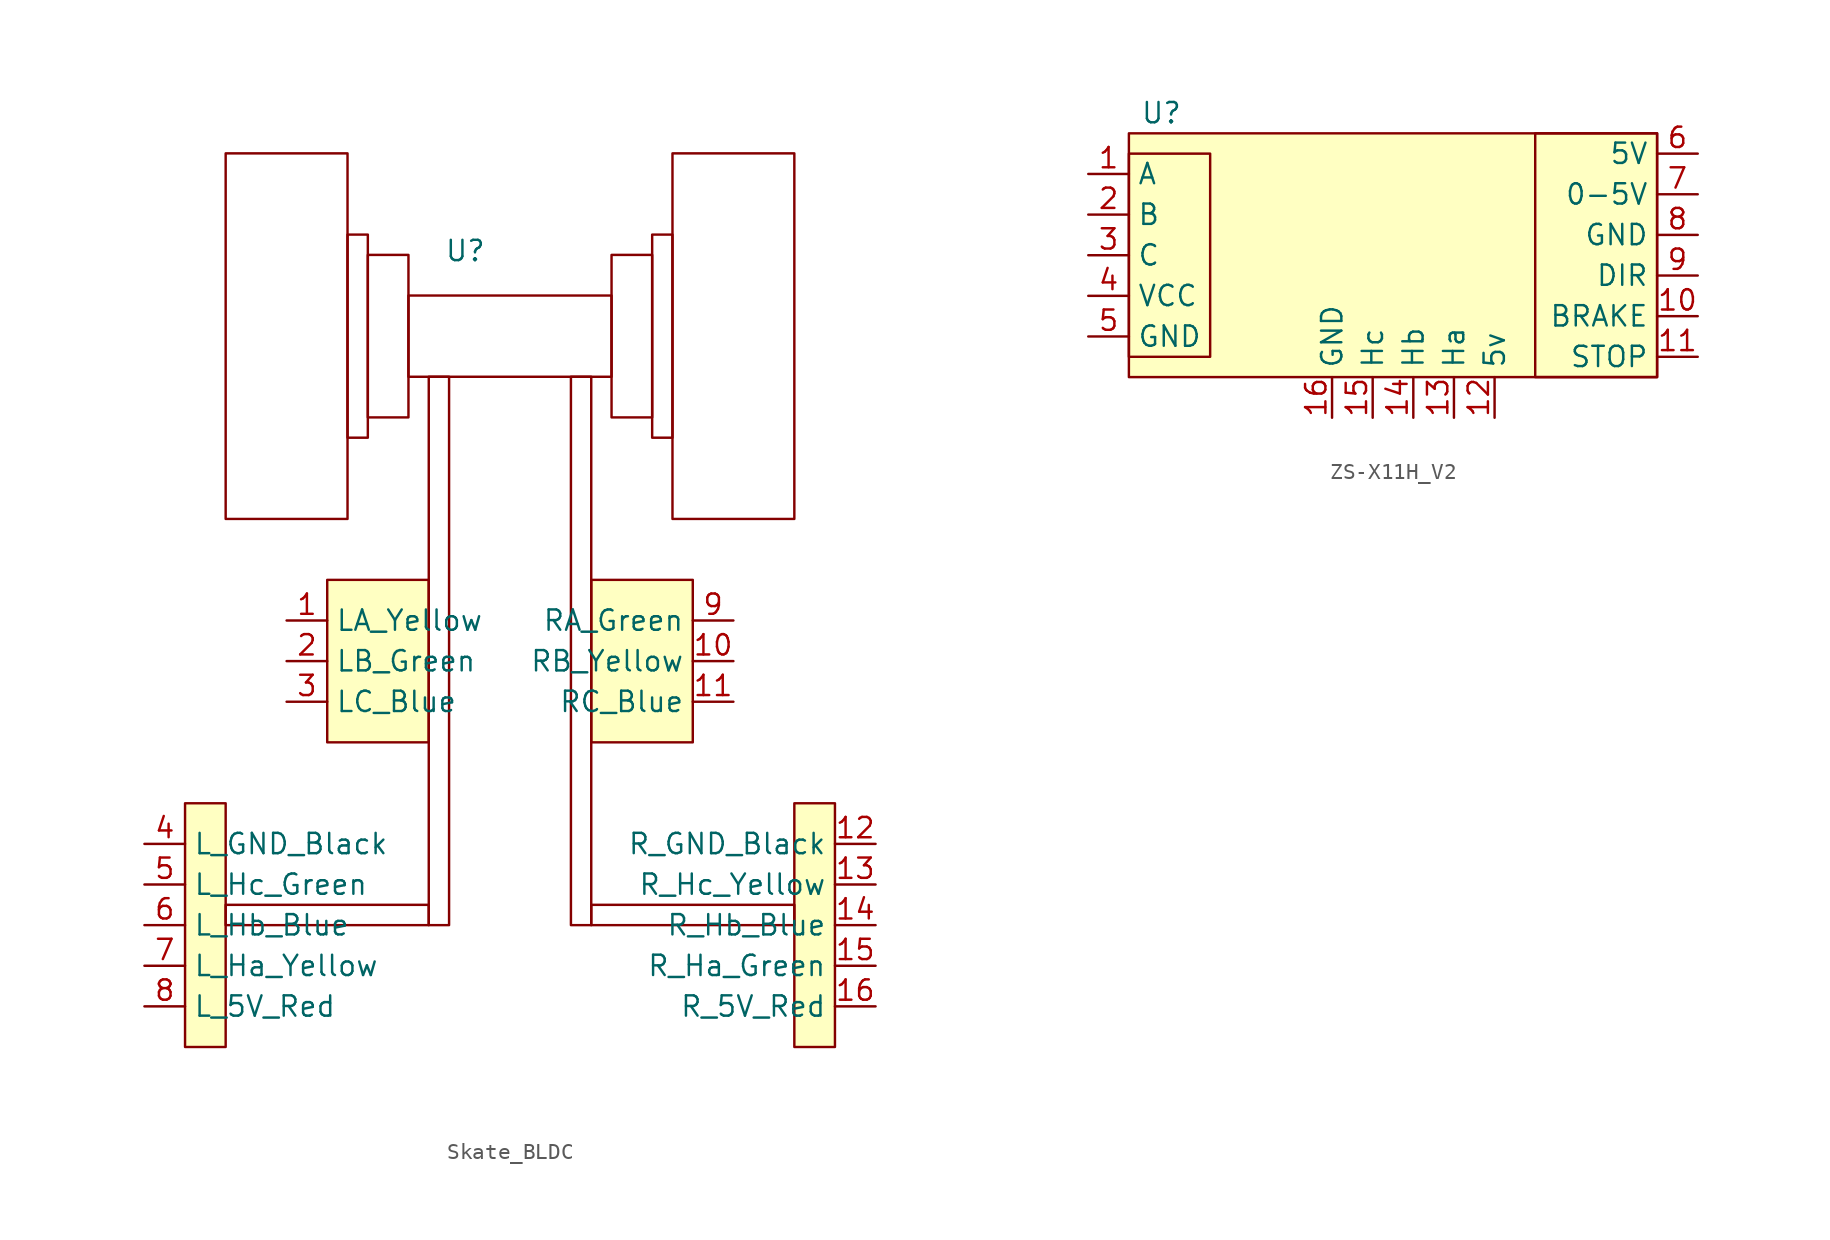
<source format=kicad_sym>
(kicad_symbol_lib
  (version 20231120)
  (generator "kicad_symbol_editor")
  (generator_version "8.0")
  (symbol "Skate_BLDC"
    (property "Reference" "U"
      (at -2.794 5.334 0)
      (effects (font (size 1.27 1.27))))
    (property "Value" ""
      (at 0 -2.54 0)
      (effects (font (size 1.27 1.27))))
    (symbol "Skate_BLDC_0_1"
      (rectangle (start -17.78 -35.56) (end -5.08 -36.83) (stroke (width 0) (type default)) (fill (type none)))
      (rectangle (start -17.78 11.43) (end -10.16 -11.43) (stroke (width 0) (type default)) (fill (type none)))
      (rectangle (start -10.16 6.35) (end -8.89 -6.35) (stroke (width 0) (type default)) (fill (type none)))
      (rectangle (start -8.89 5.08) (end -6.35 -5.08) (stroke (width 0) (type default)) (fill (type none)))
      (rectangle (start -6.35 2.54) (end 6.35 -2.54) (stroke (width 0) (type default)) (fill (type none)))
      (rectangle (start 5.08 -35.56) (end 17.78 -36.83) (stroke (width 0) (type default)) (fill (type none)))
      (rectangle (start 6.35 5.08) (end 8.89 -5.08) (stroke (width 0) (type default)) (fill (type none)))
      (rectangle (start 8.89 6.35) (end 10.16 -6.35) (stroke (width 0) (type default)) (fill (type none)))
      (rectangle (start 10.16 11.43) (end 17.78 -11.43) (stroke (width 0) (type default)) (fill (type none))))
    (symbol "Skate_BLDC_1_1"
      (rectangle (start -20.32 -29.21) (end -17.78 -44.45) (stroke (width 0) (type default)) (fill (type background)))
      (rectangle (start -11.43 -15.24) (end -5.08 -25.4) (stroke (width 0) (type default)) (fill (type background)))
      (rectangle (start -5.08 -2.54) (end -3.81 -36.83) (stroke (width 0) (type default)) (fill (type none)))
      (rectangle (start 3.81 -2.54) (end 5.08 -36.83) (stroke (width 0) (type default)) (fill (type none)))
      (rectangle (start 5.08 -15.24) (end 11.43 -25.4) (stroke (width 0) (type default)) (fill (type background)))
      (rectangle (start 17.78 -29.21) (end 20.32 -44.45) (stroke (width 0) (type default)) (fill (type background)))
      (pin bidirectional line (at -13.97 -17.78 0) (length 2.54) (name "LA_Yellow" (effects (font (size 1.27 1.27)))) (number "1" (effects (font (size 1.27 1.27)))))
      (pin bidirectional line (at 13.97 -20.32 180) (length 2.54) (name "RB_Yellow" (effects (font (size 1.27 1.27)))) (number "10" (effects (font (size 1.27 1.27)))))
      (pin bidirectional line (at 13.97 -22.86 180) (length 2.54) (name "RC_Blue" (effects (font (size 1.27 1.27)))) (number "11" (effects (font (size 1.27 1.27)))))
      (pin bidirectional line (at 22.86 -31.75 180) (length 2.54) (name "R_GND_Black" (effects (font (size 1.27 1.27)))) (number "12" (effects (font (size 1.27 1.27)))))
      (pin bidirectional line (at 22.86 -34.29 180) (length 2.54) (name "R_Hc_Yellow" (effects (font (size 1.27 1.27)))) (number "13" (effects (font (size 1.27 1.27)))))
      (pin bidirectional line (at 22.86 -36.83 180) (length 2.54) (name "R_Hb_Blue" (effects (font (size 1.27 1.27)))) (number "14" (effects (font (size 1.27 1.27)))))
      (pin bidirectional line (at 22.86 -39.37 180) (length 2.54) (name "R_Ha_Green" (effects (font (size 1.27 1.27)))) (number "15" (effects (font (size 1.27 1.27)))))
      (pin bidirectional line (at 22.86 -41.91 180) (length 2.54) (name "R_5V_Red" (effects (font (size 1.27 1.27)))) (number "16" (effects (font (size 1.27 1.27)))))
      (pin bidirectional line (at -13.97 -20.32 0) (length 2.54) (name "LB_Green" (effects (font (size 1.27 1.27)))) (number "2" (effects (font (size 1.27 1.27)))))
      (pin bidirectional line (at -13.97 -22.86 0) (length 2.54) (name "LC_Blue" (effects (font (size 1.27 1.27)))) (number "3" (effects (font (size 1.27 1.27)))))
      (pin bidirectional line (at -22.86 -31.75 0) (length 2.54) (name "L_GND_Black" (effects (font (size 1.27 1.27)))) (number "4" (effects (font (size 1.27 1.27)))))
      (pin bidirectional line (at -22.86 -34.29 0) (length 2.54) (name "L_Hc_Green" (effects (font (size 1.27 1.27)))) (number "5" (effects (font (size 1.27 1.27)))))
      (pin bidirectional line (at -22.86 -36.83 0) (length 2.54) (name "L_Hb_Blue" (effects (font (size 1.27 1.27)))) (number "6" (effects (font (size 1.27 1.27)))))
      (pin bidirectional line (at -22.86 -39.37 0) (length 2.54) (name "L_Ha_Yellow" (effects (font (size 1.27 1.27)))) (number "7" (effects (font (size 1.27 1.27)))))
      (pin bidirectional line (at -22.86 -41.91 0) (length 2.54) (name "L_5V_Red" (effects (font (size 1.27 1.27)))) (number "8" (effects (font (size 1.27 1.27)))))
      (pin bidirectional line (at 13.97 -17.78 180) (length 2.54) (name "RA_Green" (effects (font (size 1.27 1.27)))) (number "9" (effects (font (size 1.27 1.27)))))))
  (symbol "ZS-X11H_V2"
    (property "Reference" "U"
      (at -13.208 8.89 0)
      (effects (font (size 1.27 1.27))))
    (property "Value" ""
      (at -7.62 0 0)
      (effects (font (size 1.27 1.27))))
    (symbol "ZS-X11H_V2_1_1"
      (rectangle (start -15.24 6.35) (end -10.16 -6.35) (stroke (width 0) (type default)) (fill (type none)))
      (rectangle (start -15.24 7.62) (end 17.78 -7.62) (stroke (width 0) (type default)) (fill (type background)))
      (rectangle (start 17.78 7.62) (end 10.16 -7.62) (stroke (width 0) (type default)) (fill (type none)))
      (pin bidirectional line (at -17.78 5.08 0) (length 2.54) (name "A" (effects (font (size 1.27 1.27)))) (number "1" (effects (font (size 1.27 1.27)))))
      (pin bidirectional line (at 20.32 -3.81 180) (length 2.54) (name "BRAKE" (effects (font (size 1.27 1.27)))) (number "10" (effects (font (size 1.27 1.27)))))
      (pin bidirectional line (at 20.32 -6.35 180) (length 2.54) (name "STOP" (effects (font (size 1.27 1.27)))) (number "11" (effects (font (size 1.27 1.27)))))
      (pin bidirectional line (at 7.62 -10.16 90) (length 2.54) (name "5v" (effects (font (size 1.27 1.27)))) (number "12" (effects (font (size 1.27 1.27)))))
      (pin bidirectional line (at 5.08 -10.16 90) (length 2.54) (name "Ha" (effects (font (size 1.27 1.27)))) (number "13" (effects (font (size 1.27 1.27)))))
      (pin bidirectional line (at 2.54 -10.16 90) (length 2.54) (name "Hb" (effects (font (size 1.27 1.27)))) (number "14" (effects (font (size 1.27 1.27)))))
      (pin bidirectional line (at 0 -10.16 90) (length 2.54) (name "Hc" (effects (font (size 1.27 1.27)))) (number "15" (effects (font (size 1.27 1.27)))))
      (pin bidirectional line (at -2.54 -10.16 90) (length 2.54) (name "GND" (effects (font (size 1.27 1.27)))) (number "16" (effects (font (size 1.27 1.27)))))
      (pin bidirectional line (at -17.78 2.54 0) (length 2.54) (name "B" (effects (font (size 1.27 1.27)))) (number "2" (effects (font (size 1.27 1.27)))))
      (pin bidirectional line (at -17.78 0 0) (length 2.54) (name "C" (effects (font (size 1.27 1.27)))) (number "3" (effects (font (size 1.27 1.27)))))
      (pin bidirectional line (at -17.78 -2.54 0) (length 2.54) (name "VCC" (effects (font (size 1.27 1.27)))) (number "4" (effects (font (size 1.27 1.27)))))
      (pin bidirectional line (at -17.78 -5.08 0) (length 2.54) (name "GND" (effects (font (size 1.27 1.27)))) (number "5" (effects (font (size 1.27 1.27)))))
      (pin bidirectional line (at 20.32 6.35 180) (length 2.54) (name "5V" (effects (font (size 1.27 1.27)))) (number "6" (effects (font (size 1.27 1.27)))))
      (pin bidirectional line (at 20.32 3.81 180) (length 2.54) (name "0-5V" (effects (font (size 1.27 1.27)))) (number "7" (effects (font (size 1.27 1.27)))))
      (pin bidirectional line (at 20.32 1.27 180) (length 2.54) (name "GND" (effects (font (size 1.27 1.27)))) (number "8" (effects (font (size 1.27 1.27)))))
      (pin bidirectional line (at 20.32 -1.27 180) (length 2.54) (name "DIR" (effects (font (size 1.27 1.27)))) (number "9" (effects (font (size 1.27 1.27))))))))
</source>
